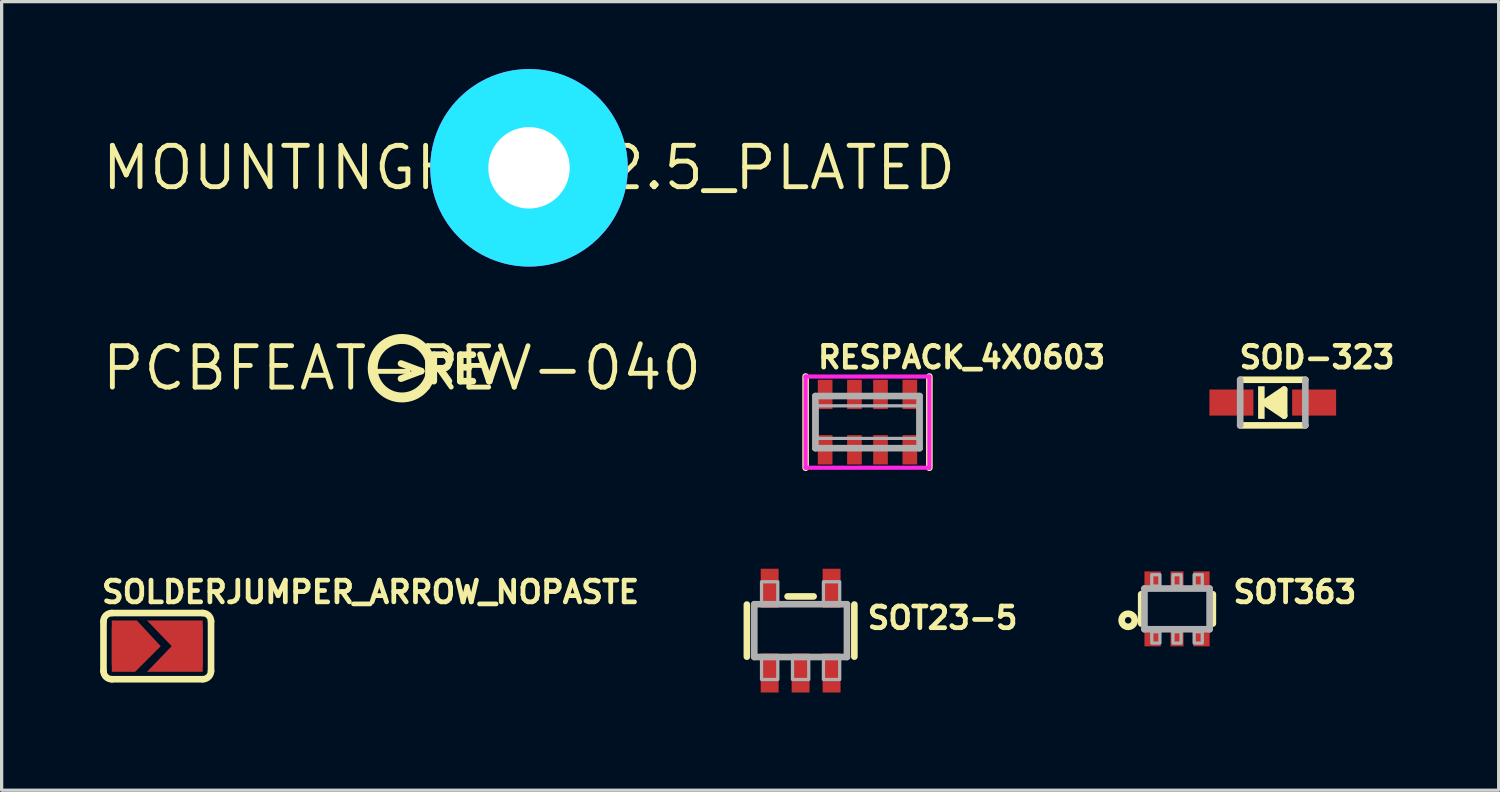
<source format=kicad_pcb>
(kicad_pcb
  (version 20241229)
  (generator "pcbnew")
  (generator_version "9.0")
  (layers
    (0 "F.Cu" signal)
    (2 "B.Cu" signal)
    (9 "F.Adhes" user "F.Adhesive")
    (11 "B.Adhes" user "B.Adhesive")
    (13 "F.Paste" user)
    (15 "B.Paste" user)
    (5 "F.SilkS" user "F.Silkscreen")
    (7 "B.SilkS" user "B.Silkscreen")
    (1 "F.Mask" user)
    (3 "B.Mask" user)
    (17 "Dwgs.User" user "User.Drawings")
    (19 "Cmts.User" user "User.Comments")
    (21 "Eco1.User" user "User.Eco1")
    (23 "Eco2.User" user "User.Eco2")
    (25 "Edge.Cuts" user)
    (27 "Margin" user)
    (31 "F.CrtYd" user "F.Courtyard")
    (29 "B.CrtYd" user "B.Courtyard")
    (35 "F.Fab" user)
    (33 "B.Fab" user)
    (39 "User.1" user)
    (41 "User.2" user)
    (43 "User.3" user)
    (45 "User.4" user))
  (footprint "SOLDERJUMPER_ARROW_NOPASTE"
    (layer "F.Cu")
    (at 1.778 16.786)
    (property "Reference" "SOLDERJUMPER_ARROW_NOPASTE" (at -1.778 -1.27 0) (layer "F.SilkS") (effects (font (size 0.666 0.666) (thickness 0.146)) (justify left bottom)))
    (fp_poly (pts (xy 0.106 0.003) (xy -0.679 0.788) (xy -1.395 0.788) (xy -1.395 -0.788) (xy -0.627 -0.788)) (stroke (width 0) (type solid)) (fill yes) (layer "F.Cu"))
    (fp_poly (pts (xy 1.395 0.788) (xy -0.316 0.788) (xy 0.443 0) (xy -0.316 -0.788) (xy 1.395 -0.788)) (stroke (width 0) (type solid)) (fill yes) (layer "F.Cu"))
    (fp_poly (pts (xy -1.46 0.826) (xy 1.46 0.826) (xy 1.46 -0.826) (xy -1.46 -0.826)) (stroke (width 0) (type solid)) (fill yes) (layer "F.Mask"))
    (fp_line (start -1.651 0.762) (end -1.651 -0.762) (stroke (width 0.203) (type solid)) (layer "F.SilkS"))
    (fp_line (start -1.397 -1.016) (end 1.397 -1.016) (stroke (width 0.203) (type solid)) (layer "F.SilkS"))
    (fp_line (start 1.397 1.016) (end -1.397 1.016) (stroke (width 0.203) (type solid)) (layer "F.SilkS"))
    (fp_line (start 1.651 0.762) (end 1.651 -0.762) (stroke (width 0.203) (type solid)) (layer "F.SilkS"))
    (fp_arc (start -1.651 -0.762) (mid -1.576605 -0.941605) (end -1.397 -1.016) (stroke (width 0.2032) (type solid)) (layer "F.SilkS"))
    (fp_arc (start -1.397 1.016) (mid -1.576605 0.941605) (end -1.651 0.762) (stroke (width 0.2032) (type solid)) (layer "F.SilkS"))
    (fp_arc (start 1.397 -1.016) (mid 1.576605 -0.941605) (end 1.651 -0.762) (stroke (width 0.2032) (type solid)) (layer "F.SilkS"))
    (fp_arc (start 1.651 0.762) (mid 1.576605 0.941605) (end 1.397 1.016) (stroke (width 0.2032) (type solid)) (layer "F.SilkS"))
    (pad "1" smd roundrect (at -1.016 0) (size 0.762 1.524) (layers "F.Cu") (roundrect_rratio 0.25))
    (pad "2" smd roundrect (at 1.016 0) (size 0.762 1.524) (layers "F.Cu") (roundrect_rratio 0.25)))
  (footprint "SOD-323"
    (layer "F.Cu")
    (at 36.024 9.309)
    (property "Reference" "SOD-323" (at -1.1 -1 0) (layer "F.SilkS") (effects (font (size 0.666 0.666) (thickness 0.146)) (justify left bottom)))
    (fp_line (start -1 -0.7) (end 1 -0.7) (stroke (width 0.203) (type solid)) (layer "F.SilkS"))
    (fp_line (start -0.25 0) (end 0.35 -0.4) (stroke (width 0.203) (type solid)) (layer "F.SilkS"))
    (fp_line (start 0.35 -0.4) (end 0.35 0.4) (stroke (width 0.203) (type solid)) (layer "F.SilkS"))
    (fp_line (start 0.35 0.4) (end -0.25 0) (stroke (width 0.203) (type solid)) (layer "F.SilkS"))
    (fp_line (start 1 0.7) (end -1 0.7) (stroke (width 0.203) (type solid)) (layer "F.SilkS"))
    (fp_poly (pts (xy 0.302 0.39) (xy -0.283 0) (xy 0.302 -0.39)) (stroke (width 0) (type solid)) (fill yes) (layer "F.SilkS"))
    (fp_poly (pts (xy -0.45 0.5) (xy -0.25 0.5) (xy -0.25 -0.5) (xy -0.45 -0.5)) (stroke (width 0) (type solid)) (fill yes) (layer "F.SilkS"))
    (fp_line (start -1 0.7) (end -1 -0.7) (stroke (width 0.203) (type solid)) (layer "F.Fab"))
    (fp_line (start 1 -0.7) (end 1 0.7) (stroke (width 0.203) (type solid)) (layer "F.Fab"))
    (pad "A" smd rect (at 1.27 0) (size 1.35 0.8) (layers "F.Cu" "F.Mask" "F.Paste"))
    (pad "C" smd rect (at -1.27 0) (size 1.35 0.8) (layers "F.Cu" "F.Mask" "F.Paste")))
  (footprint "SOT23-5"
    (layer "F.Cu")
    (at 21.529 16.31)
    (property "Reference" "SOT23-5" (at 1.978 0 0) (layer "F.SilkS") (effects (font (size 0.666 0.666) (thickness 0.146)) (justify left bottom)))
    (fp_line (start -1.65 -0.8) (end -1.65 0.8) (stroke (width 0.203) (type solid)) (layer "F.SilkS"))
    (fp_line (start -0.4 -1.05) (end 0.4 -1.05) (stroke (width 0.203) (type solid)) (layer "F.SilkS"))
    (fp_line (start 1.65 -0.8) (end 1.65 0.8) (stroke (width 0.203) (type solid)) (layer "F.SilkS"))
    (fp_line (start -1.422 -0.81) (end 1.422 -0.81) (stroke (width 0.203) (type solid)) (layer "F.Fab"))
    (fp_line (start -1.422 0.81) (end -1.422 -0.81) (stroke (width 0.203) (type solid)) (layer "F.Fab"))
    (fp_line (start 1.422 -0.81) (end 1.422 0.81) (stroke (width 0.203) (type solid)) (layer "F.Fab"))
    (fp_line (start 1.422 0.81) (end -1.422 0.81) (stroke (width 0.203) (type solid)) (layer "F.Fab"))
    (fp_poly (pts (xy -1.2 -0.85) (xy -0.7 -0.85) (xy -0.7 -1.5) (xy -1.2 -1.5)) (stroke (width 0.1) (type solid)) (fill no) (layer "F.Fab"))
    (fp_poly (pts (xy -1.2 1.5) (xy -0.7 1.5) (xy -0.7 0.85) (xy -1.2 0.85)) (stroke (width 0.1) (type solid)) (fill no) (layer "F.Fab"))
    (fp_poly (pts (xy -0.25 1.5) (xy 0.25 1.5) (xy 0.25 0.85) (xy -0.25 0.85)) (stroke (width 0.1) (type solid)) (fill no) (layer "F.Fab"))
    (fp_poly (pts (xy 0.7 -0.85) (xy 1.2 -0.85) (xy 1.2 -1.5) (xy 0.7 -1.5)) (stroke (width 0.1) (type solid)) (fill no) (layer "F.Fab"))
    (fp_poly (pts (xy 0.7 1.5) (xy 1.2 1.5) (xy 1.2 0.85) (xy 0.7 0.85)) (stroke (width 0.1) (type solid)) (fill no) (layer "F.Fab"))
    (pad "1" smd rect (at -0.95 1.3) (size 0.55 1.2) (layers "F.Cu" "F.Mask" "F.Paste"))
    (pad "2" smd rect (at 0 1.3) (size 0.55 1.2) (layers "F.Cu" "F.Mask" "F.Paste"))
    (pad "3" smd rect (at 0.95 1.3) (size 0.55 1.2) (layers "F.Cu" "F.Mask" "F.Paste"))
    (pad "4" smd rect (at 0.95 -1.3) (size 0.55 1.2) (layers "F.Cu" "F.Mask" "F.Paste"))
    (pad "5" smd rect (at -0.95 -1.3) (size 0.55 1.2) (layers "F.Cu" "F.Mask" "F.Paste")))
  (footprint "RESPACK_4X0603"
    (layer "F.Cu")
    (at 23.582 9.909)
    (property "Reference" "RESPACK_4X0603" (at -1.6 -1.6 0) (layer "F.SilkS") (effects (font (size 0.666 0.666) (thickness 0.146)) (justify left bottom)))
    (fp_line (start -1.9 1.4) (end -1.9 -1.4) (stroke (width 0.203) (type solid)) (layer "F.SilkS"))
    (fp_line (start 1.9 -1.4) (end 1.9 1.4) (stroke (width 0.203) (type solid)) (layer "F.SilkS"))
    (fp_line (start -1.9 -1.4) (end 1.9 -1.4) (stroke (width 0.127) (type solid)) (layer "F.CrtYd"))
    (fp_line (start -1.9 1.4) (end -1.9 -1.4) (stroke (width 0.127) (type solid)) (layer "F.CrtYd"))
    (fp_line (start -1.9 1.4) (end 1.9 1.4) (stroke (width 0.127) (type solid)) (layer "F.CrtYd"))
    (fp_line (start 1.9 -1.4) (end 1.9 1.4) (stroke (width 0.127) (type solid)) (layer "F.CrtYd"))
    (fp_line (start -1.6 -0.8) (end 1.6 -0.8) (stroke (width 0.203) (type solid)) (layer "F.Fab"))
    (fp_line (start -1.6 0.8) (end -1.6 -0.8) (stroke (width 0.203) (type solid)) (layer "F.Fab"))
    (fp_line (start 1.6 -0.8) (end 1.6 0.8) (stroke (width 0.203) (type solid)) (layer "F.Fab"))
    (fp_line (start 1.6 0.8) (end -1.6 0.8) (stroke (width 0.203) (type solid)) (layer "F.Fab"))
    (fp_poly (pts (xy -1.55 0.5) (xy 1.55 0.5) (xy 1.55 -0.5) (xy -1.55 -0.5)) (stroke (width 0.1) (type solid)) (fill no) (layer "F.Fab"))
    (pad "1" smd rect (at -1.3 0.85) (size 0.45 0.9) (layers "F.Cu" "F.Mask" "F.Paste"))
    (pad "2" smd rect (at -0.4 0.85) (size 0.45 0.9) (layers "F.Cu" "F.Mask" "F.Paste"))
    (pad "3" smd rect (at 0.4 0.85) (size 0.45 0.9) (layers "F.Cu" "F.Mask" "F.Paste"))
    (pad "4" smd rect (at 1.3 0.85) (size 0.45 0.9) (layers "F.Cu" "F.Mask" "F.Paste"))
    (pad "5" smd rect (at 1.3 -0.85) (size 0.45 0.9) (layers "F.Cu" "F.Mask" "F.Paste"))
    (pad "6" smd rect (at 0.4 -0.85) (size 0.45 0.9) (layers "F.Cu" "F.Mask" "F.Paste"))
    (pad "7" smd rect (at -0.4 -0.85) (size 0.45 0.9) (layers "F.Cu" "F.Mask" "F.Paste"))
    (pad "8" smd rect (at -1.3 -0.85) (size 0.45 0.9) (layers "F.Cu" "F.Mask" "F.Paste")))
  (footprint "MOUNTINGHOLE_2.5_PLATED"
    (layer "F.Cu")
    (at 13.191 2.102)
    (property "Reference" "MOUNTINGHOLE_2.5_PLATED" (at 0 0 0) (layer "F.SilkS") (effects (font (size 1.27 1.27) (thickness 0.15))))
    (fp_circle (center 0 0) (end 2 0) (stroke (width 0.203) (type solid)) (fill no) (layer "F.SilkS"))
    (fp_circle (center 0 0) (end 1 0) (stroke (width 2.032) (type solid)) (fill no) (layer "B.CrtYd"))
    (fp_circle (center 0 0) (end 1 0) (stroke (width 2.032) (type solid)) (fill no) (layer "F.CrtYd"))
    (pad "P$1" thru_hole circle (at 0 0) (size 3.2 3.2) (drill 2.5) (layers "*.Cu" "*.Mask"))
    (zone (net_name "") (layer "F.Cu") (hatch edge 0.508) (connect_pads) (min_thickness 0.254) (filled_areas_thickness no) (keepout (tracks not_allowed) (vias not_allowed) (pads not_allowed) (copperpour not_allowed) (footprints allowed)) (placement (enabled no)) (fill) (polygon (pts (xy 15.207 2.102) (xy 15.176 1.752) (xy 15.086 1.412) (xy 14.937 1.094) (xy 14.735 0.806) (xy 14.487 0.557) (xy 14.199 0.356) (xy 13.881 0.207) (xy 13.541 0.116) (xy 13.191 0.086) (xy 12.841 0.116) (xy 12.502 0.207) (xy 12.183 0.356) (xy 11.895 0.557) (xy 11.647 0.806) (xy 11.445 1.094) (xy 11.297 1.412) (xy 11.206 1.752) (xy 11.175 2.102) (xy 11.206 2.452) (xy 11.297 2.791) (xy 11.445 3.11) (xy 11.647 3.397) (xy 11.895 3.646) (xy 12.183 3.848) (xy 12.502 3.996) (xy 12.841 4.087) (xy 13.191 4.118) (xy 13.541 4.087) (xy 13.881 3.996) (xy 14.199 3.848) (xy 14.487 3.646) (xy 14.735 3.397) (xy 14.937 3.11) (xy 15.086 2.791) (xy 15.176 2.452))) (polygon (pts (xy 13.175 2.102) (xy 13.175 2.104) (xy 13.176 2.107) (xy 13.177 2.11) (xy 13.179 2.112) (xy 13.181 2.114) (xy 13.183 2.115) (xy 13.186 2.117) (xy 13.188 2.117) (xy 13.191 2.118) (xy 13.194 2.117) (xy 13.197 2.117) (xy 13.199 2.115) (xy 13.201 2.114) (xy 13.203 2.112) (xy 13.205 2.11) (xy 13.206 2.107) (xy 13.207 2.104) (xy 13.207 2.102) (xy 13.207 2.099) (xy 13.206 2.096) (xy 13.205 2.094) (xy 13.203 2.091) (xy 13.201 2.089) (xy 13.199 2.088) (xy 13.197 2.087) (xy 13.194 2.086) (xy 13.191 2.086) (xy 13.188 2.086) (xy 13.186 2.087) (xy 13.183 2.088) (xy 13.181 2.089) (xy 13.179 2.091) (xy 13.177 2.094) (xy 13.176 2.096) (xy 13.175 2.099))))
    (zone (net_name "") (layer "B.Cu") (hatch edge 0.508) (connect_pads) (min_thickness 0.254) (filled_areas_thickness no) (keepout (tracks not_allowed) (vias not_allowed) (pads not_allowed) (copperpour not_allowed) (footprints allowed)) (placement (enabled no)) (fill) (polygon (pts (xy 15.207 2.102) (xy 15.176 1.752) (xy 15.086 1.412) (xy 14.937 1.094) (xy 14.735 0.806) (xy 14.487 0.557) (xy 14.199 0.356) (xy 13.881 0.207) (xy 13.541 0.116) (xy 13.191 0.086) (xy 12.841 0.116) (xy 12.502 0.207) (xy 12.183 0.356) (xy 11.895 0.557) (xy 11.647 0.806) (xy 11.445 1.094) (xy 11.297 1.412) (xy 11.206 1.752) (xy 11.175 2.102) (xy 11.206 2.452) (xy 11.297 2.791) (xy 11.445 3.11) (xy 11.647 3.397) (xy 11.895 3.646) (xy 12.183 3.848) (xy 12.502 3.996) (xy 12.841 4.087) (xy 13.191 4.118) (xy 13.541 4.087) (xy 13.881 3.996) (xy 14.199 3.848) (xy 14.487 3.646) (xy 14.735 3.397) (xy 14.937 3.11) (xy 15.086 2.791) (xy 15.176 2.452))) (polygon (pts (xy 13.175 2.102) (xy 13.175 2.104) (xy 13.176 2.107) (xy 13.177 2.11) (xy 13.179 2.112) (xy 13.181 2.114) (xy 13.183 2.115) (xy 13.186 2.117) (xy 13.188 2.117) (xy 13.191 2.118) (xy 13.194 2.117) (xy 13.197 2.117) (xy 13.199 2.115) (xy 13.201 2.114) (xy 13.203 2.112) (xy 13.205 2.11) (xy 13.206 2.107) (xy 13.207 2.104) (xy 13.207 2.102) (xy 13.207 2.099) (xy 13.206 2.096) (xy 13.205 2.094) (xy 13.203 2.091) (xy 13.201 2.089) (xy 13.199 2.088) (xy 13.197 2.087) (xy 13.194 2.086) (xy 13.191 2.086) (xy 13.188 2.086) (xy 13.186 2.087) (xy 13.183 2.088) (xy 13.181 2.089) (xy 13.179 2.091) (xy 13.177 2.094) (xy 13.176 2.096) (xy 13.175 2.099)))))
  (footprint "SOT363"
    (layer "F.Cu")
    (at 33.085 15.643)
    (property "Reference" "SOT363" (at 1.651 -0.127 0) (layer "F.SilkS") (effects (font (size 0.666 0.666) (thickness 0.146)) (justify left bottom)))
    (fp_line (start -1.1 -0.45) (end -1.1 0.45) (stroke (width 0.203) (type solid)) (layer "F.SilkS"))
    (fp_line (start 1.1 -0.45) (end 1.1 0.45) (stroke (width 0.203) (type solid)) (layer "F.SilkS"))
    (fp_circle (center -1.5 0.35) (end -1.4 0.35) (stroke (width 0.203) (type solid)) (fill no) (layer "F.SilkS"))
    (fp_line (start -1 -0.625) (end 1 -0.625) (stroke (width 0.203) (type solid)) (layer "F.Fab"))
    (fp_line (start -1 0.625) (end -1 -0.625) (stroke (width 0.203) (type solid)) (layer "F.Fab"))
    (fp_line (start 1 -0.625) (end 1 0.625) (stroke (width 0.203) (type solid)) (layer "F.Fab"))
    (fp_line (start 1 0.625) (end -1 0.625) (stroke (width 0.203) (type solid)) (layer "F.Fab"))
    (fp_poly (pts (xy -0.775 -0.7) (xy -0.525 -0.7) (xy -0.525 -1.05) (xy -0.775 -1.05)) (stroke (width 0.1) (type solid)) (fill no) (layer "F.Fab"))
    (fp_poly (pts (xy -0.775 1.05) (xy -0.525 1.05) (xy -0.525 0.7) (xy -0.775 0.7)) (stroke (width 0.1) (type solid)) (fill no) (layer "F.Fab"))
    (fp_poly (pts (xy -0.125 -0.7) (xy 0.125 -0.7) (xy 0.125 -1.05) (xy -0.125 -1.05)) (stroke (width 0.1) (type solid)) (fill no) (layer "F.Fab"))
    (fp_poly (pts (xy -0.125 1.05) (xy 0.125 1.05) (xy 0.125 0.7) (xy -0.125 0.7)) (stroke (width 0.1) (type solid)) (fill no) (layer "F.Fab"))
    (fp_poly (pts (xy 0.525 -0.7) (xy 0.775 -0.7) (xy 0.775 -1.05) (xy 0.525 -1.05)) (stroke (width 0.1) (type solid)) (fill no) (layer "F.Fab"))
    (fp_poly (pts (xy 0.525 1.05) (xy 0.775 1.05) (xy 0.775 0.7) (xy 0.525 0.7)) (stroke (width 0.1) (type solid)) (fill no) (layer "F.Fab"))
    (pad "1" smd rect (at -0.75 0.9) (size 0.5 0.5) (layers "F.Cu" "F.Mask" "F.Paste"))
    (pad "2" smd rect (at 0 0.9) (size 0.4 0.5) (layers "F.Cu" "F.Mask" "F.Paste"))
    (pad "3" smd rect (at 0.75 0.9) (size 0.5 0.5) (layers "F.Cu" "F.Mask" "F.Paste"))
    (pad "4" smd rect (at 0.75 -0.9) (size 0.5 0.5) (layers "F.Cu" "F.Mask" "F.Paste"))
    (pad "5" smd rect (at 0 -0.9) (size 0.4 0.5) (layers "F.Cu" "F.Mask" "F.Paste"))
    (pad "6" smd rect (at -0.75 -0.9) (size 0.5 0.5) (layers "F.Cu" "F.Mask" "F.Paste")))
  (footprint "PCBFEAT-REV-040"
    (layer "F.Cu")
    (at 9.29 8.254)
    (property "Reference" "PCBFEAT-REV-040" (at 0 0 0) (layer "F.SilkS") (effects (font (size 1.27 1.27) (thickness 0.15))))
    (fp_circle (center 0 0) (end 0.898 0) (stroke (width 0.305) (type solid)) (fill no) (layer "F.SilkS"))
    (fp_text user ">REV" (at -0.356 0.508 0) (layer "F.SilkS") (effects (font (size 0.813 0.813) (thickness 0.203)) (justify left bottom))))
  (gr_rect
    (start -3 -3)
    (end 42.959 21.21)
    (stroke (width 0.1) (type default))
    (fill no)
    (layer "Edge.Cuts")))
</source>
